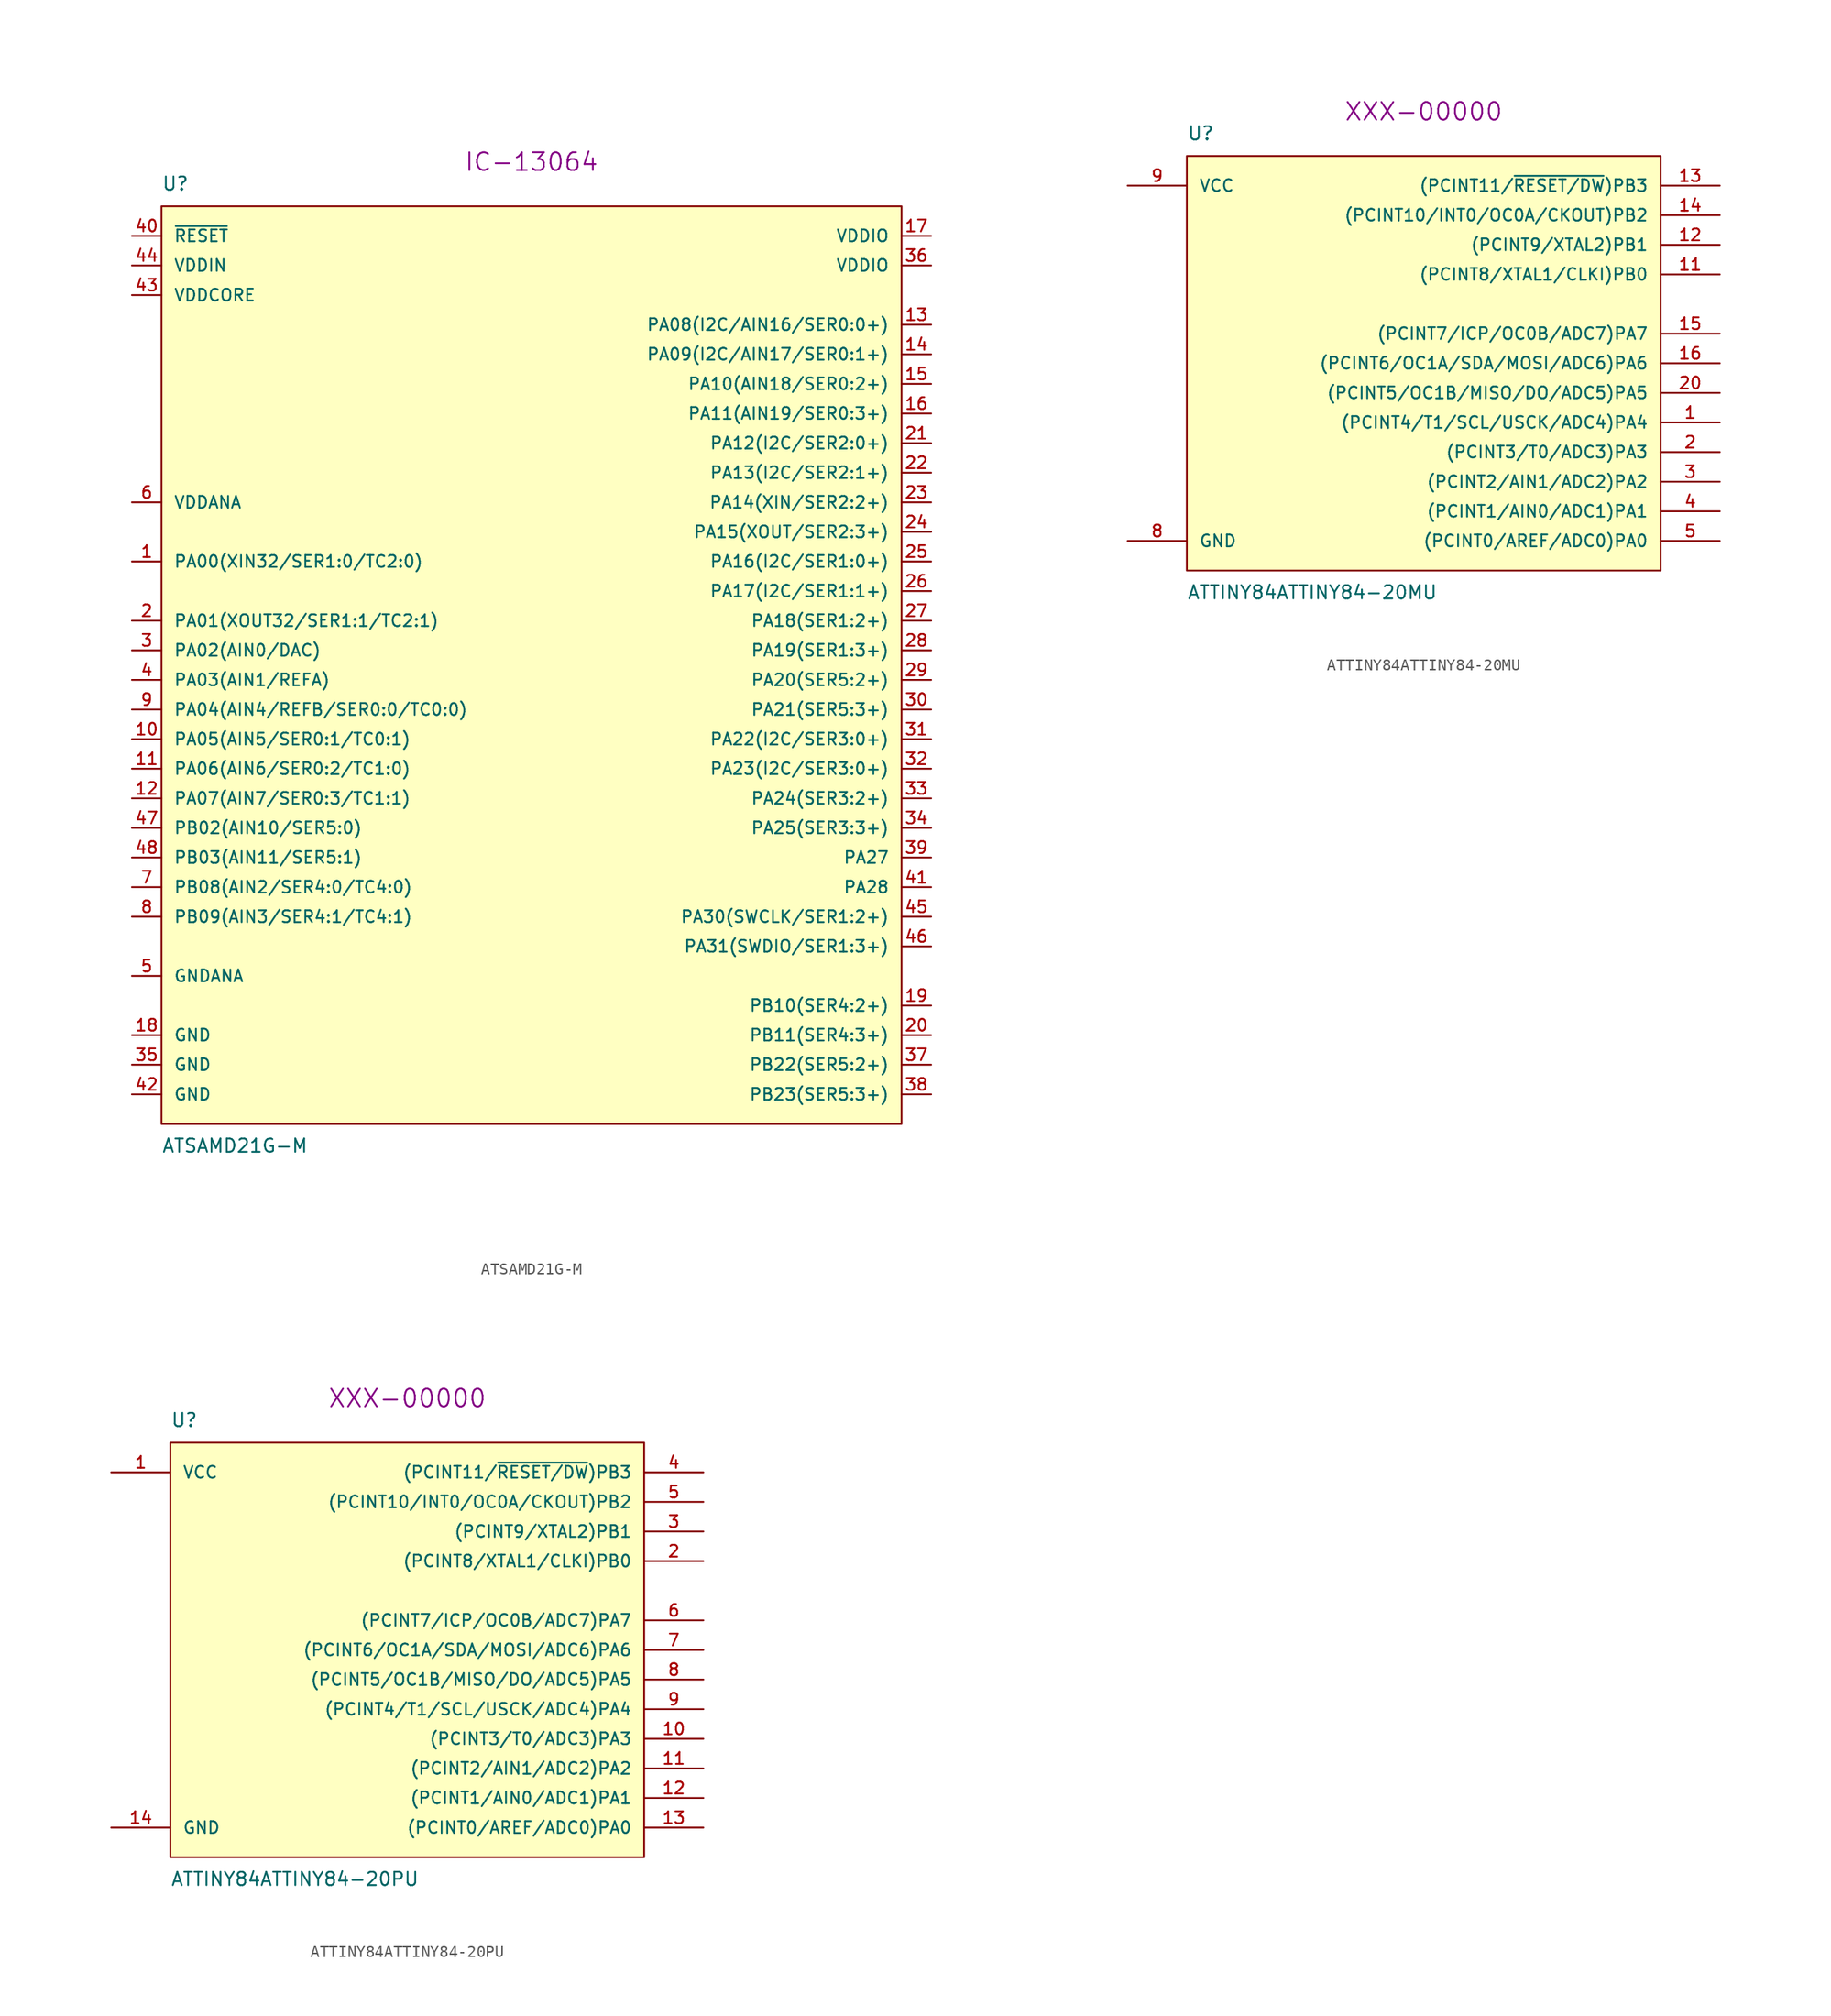
<source format=kicad_sym>
(kicad_symbol_lib
  (version 20220914)
  (generator kicad_symbol_editor)
  (symbol "ATSAMD21G-M"
    (pin_names
      (offset 1.016))
    (property "Reference" "U"
      (at -31.75 40.64 0)
      (effects (font (size 1.143 1.143)) (justify left bottom)))
    (property "Value" "ATSAMD21G-M"
      (at -31.75 -41.91 0)
      (effects (font (size 1.143 1.143)) (justify left bottom)))
    (property "Field4" "IC-13064"
      (at 0 43.18 0)
      (effects (font (size 1.524 1.524))))
    (property "ki_locked" ""
      (at 0 0 0)
      (effects (font (size 1.27 1.27))))
    (symbol "ATSAMD21G-M_1_1"
      (polyline (pts (xy -31.75 39.37) (xy -31.75 -39.37) (xy 31.75 -39.37) (xy 31.75 39.37) (xy -31.75 39.37)) (stroke (width 0) (type solid)) (fill (type background)))
      (pin bidirectional line (at -34.29 8.89 0) (length 2.54) (name "PA00(XIN32/SER1:0/TC2:0)" (effects (font (size 1.016 1.016)))) (number "1" (effects (font (size 1.016 1.016)))))
      (pin bidirectional line (at -34.29 -6.35 0) (length 2.54) (name "PA05(AIN5/SER0:1/TC0:1)" (effects (font (size 1.016 1.016)))) (number "10" (effects (font (size 1.016 1.016)))))
      (pin bidirectional line (at -34.29 -8.89 0) (length 2.54) (name "PA06(AIN6/SER0:2/TC1:0)" (effects (font (size 1.016 1.016)))) (number "11" (effects (font (size 1.016 1.016)))))
      (pin bidirectional line (at -34.29 -11.43 0) (length 2.54) (name "PA07(AIN7/SER0:3/TC1:1)" (effects (font (size 1.016 1.016)))) (number "12" (effects (font (size 1.016 1.016)))))
      (pin bidirectional line (at 34.29 29.21 180) (length 2.54) (name "PA08(I2C/AIN16/SER0:0+)" (effects (font (size 1.016 1.016)))) (number "13" (effects (font (size 1.016 1.016)))))
      (pin bidirectional line (at 34.29 26.67 180) (length 2.54) (name "PA09(I2C/AIN17/SER0:1+)" (effects (font (size 1.016 1.016)))) (number "14" (effects (font (size 1.016 1.016)))))
      (pin bidirectional line (at 34.29 24.13 180) (length 2.54) (name "PA10(AIN18/SER0:2+)" (effects (font (size 1.016 1.016)))) (number "15" (effects (font (size 1.016 1.016)))))
      (pin bidirectional line (at 34.29 21.59 180) (length 2.54) (name "PA11(AIN19/SER0:3+)" (effects (font (size 1.016 1.016)))) (number "16" (effects (font (size 1.016 1.016)))))
      (pin bidirectional line (at 34.29 36.83 180) (length 2.54) (name "VDDIO" (effects (font (size 1.016 1.016)))) (number "17" (effects (font (size 1.016 1.016)))))
      (pin bidirectional line (at -34.29 -31.75 0) (length 2.54) (name "GND" (effects (font (size 1.016 1.016)))) (number "18" (effects (font (size 1.016 1.016)))))
      (pin bidirectional line (at 34.29 -29.21 180) (length 2.54) (name "PB10(SER4:2+)" (effects (font (size 1.016 1.016)))) (number "19" (effects (font (size 1.016 1.016)))))
      (pin bidirectional line (at -34.29 3.81 0) (length 2.54) (name "PA01(XOUT32/SER1:1/TC2:1)" (effects (font (size 1.016 1.016)))) (number "2" (effects (font (size 1.016 1.016)))))
      (pin bidirectional line (at 34.29 -31.75 180) (length 2.54) (name "PB11(SER4:3+)" (effects (font (size 1.016 1.016)))) (number "20" (effects (font (size 1.016 1.016)))))
      (pin bidirectional line (at 34.29 19.05 180) (length 2.54) (name "PA12(I2C/SER2:0+)" (effects (font (size 1.016 1.016)))) (number "21" (effects (font (size 1.016 1.016)))))
      (pin bidirectional line (at 34.29 16.51 180) (length 2.54) (name "PA13(I2C/SER2:1+)" (effects (font (size 1.016 1.016)))) (number "22" (effects (font (size 1.016 1.016)))))
      (pin bidirectional line (at 34.29 13.97 180) (length 2.54) (name "PA14(XIN/SER2:2+)" (effects (font (size 1.016 1.016)))) (number "23" (effects (font (size 1.016 1.016)))))
      (pin bidirectional line (at 34.29 11.43 180) (length 2.54) (name "PA15(XOUT/SER2:3+)" (effects (font (size 1.016 1.016)))) (number "24" (effects (font (size 1.016 1.016)))))
      (pin bidirectional line (at 34.29 8.89 180) (length 2.54) (name "PA16(I2C/SER1:0+)" (effects (font (size 1.016 1.016)))) (number "25" (effects (font (size 1.016 1.016)))))
      (pin bidirectional line (at 34.29 6.35 180) (length 2.54) (name "PA17(I2C/SER1:1+)" (effects (font (size 1.016 1.016)))) (number "26" (effects (font (size 1.016 1.016)))))
      (pin bidirectional line (at 34.29 3.81 180) (length 2.54) (name "PA18(SER1:2+)" (effects (font (size 1.016 1.016)))) (number "27" (effects (font (size 1.016 1.016)))))
      (pin bidirectional line (at 34.29 1.27 180) (length 2.54) (name "PA19(SER1:3+)" (effects (font (size 1.016 1.016)))) (number "28" (effects (font (size 1.016 1.016)))))
      (pin bidirectional line (at 34.29 -1.27 180) (length 2.54) (name "PA20(SER5:2+)" (effects (font (size 1.016 1.016)))) (number "29" (effects (font (size 1.016 1.016)))))
      (pin bidirectional line (at -34.29 1.27 0) (length 2.54) (name "PA02(AIN0/DAC)" (effects (font (size 1.016 1.016)))) (number "3" (effects (font (size 1.016 1.016)))))
      (pin bidirectional line (at 34.29 -3.81 180) (length 2.54) (name "PA21(SER5:3+)" (effects (font (size 1.016 1.016)))) (number "30" (effects (font (size 1.016 1.016)))))
      (pin bidirectional line (at 34.29 -6.35 180) (length 2.54) (name "PA22(I2C/SER3:0+)" (effects (font (size 1.016 1.016)))) (number "31" (effects (font (size 1.016 1.016)))))
      (pin bidirectional line (at 34.29 -8.89 180) (length 2.54) (name "PA23(I2C/SER3:0+)" (effects (font (size 1.016 1.016)))) (number "32" (effects (font (size 1.016 1.016)))))
      (pin bidirectional line (at 34.29 -11.43 180) (length 2.54) (name "PA24(SER3:2+)" (effects (font (size 1.016 1.016)))) (number "33" (effects (font (size 1.016 1.016)))))
      (pin bidirectional line (at 34.29 -13.97 180) (length 2.54) (name "PA25(SER3:3+)" (effects (font (size 1.016 1.016)))) (number "34" (effects (font (size 1.016 1.016)))))
      (pin bidirectional line (at -34.29 -34.29 0) (length 2.54) (name "GND" (effects (font (size 1.016 1.016)))) (number "35" (effects (font (size 1.016 1.016)))))
      (pin bidirectional line (at 34.29 34.29 180) (length 2.54) (name "VDDIO" (effects (font (size 1.016 1.016)))) (number "36" (effects (font (size 1.016 1.016)))))
      (pin bidirectional line (at 34.29 -34.29 180) (length 2.54) (name "PB22(SER5:2+)" (effects (font (size 1.016 1.016)))) (number "37" (effects (font (size 1.016 1.016)))))
      (pin bidirectional line (at 34.29 -36.83 180) (length 2.54) (name "PB23(SER5:3+)" (effects (font (size 1.016 1.016)))) (number "38" (effects (font (size 1.016 1.016)))))
      (pin bidirectional line (at 34.29 -16.51 180) (length 2.54) (name "PA27" (effects (font (size 1.016 1.016)))) (number "39" (effects (font (size 1.016 1.016)))))
      (pin bidirectional line (at -34.29 -1.27 0) (length 2.54) (name "PA03(AIN1/REFA)" (effects (font (size 1.016 1.016)))) (number "4" (effects (font (size 1.016 1.016)))))
      (pin bidirectional line (at -34.29 36.83 0) (length 2.54) (name "~{RESET}" (effects (font (size 1.016 1.016)))) (number "40" (effects (font (size 1.016 1.016)))))
      (pin bidirectional line (at 34.29 -19.05 180) (length 2.54) (name "PA28" (effects (font (size 1.016 1.016)))) (number "41" (effects (font (size 1.016 1.016)))))
      (pin bidirectional line (at -34.29 -36.83 0) (length 2.54) (name "GND" (effects (font (size 1.016 1.016)))) (number "42" (effects (font (size 1.016 1.016)))))
      (pin bidirectional line (at -34.29 31.75 0) (length 2.54) (name "VDDCORE" (effects (font (size 1.016 1.016)))) (number "43" (effects (font (size 1.016 1.016)))))
      (pin bidirectional line (at -34.29 34.29 0) (length 2.54) (name "VDDIN" (effects (font (size 1.016 1.016)))) (number "44" (effects (font (size 1.016 1.016)))))
      (pin bidirectional line (at 34.29 -21.59 180) (length 2.54) (name "PA30(SWCLK/SER1:2+)" (effects (font (size 1.016 1.016)))) (number "45" (effects (font (size 1.016 1.016)))))
      (pin bidirectional line (at 34.29 -24.13 180) (length 2.54) (name "PA31(SWDIO/SER1:3+)" (effects (font (size 1.016 1.016)))) (number "46" (effects (font (size 1.016 1.016)))))
      (pin bidirectional line (at -34.29 -13.97 0) (length 2.54) (name "PB02(AIN10/SER5:0)" (effects (font (size 1.016 1.016)))) (number "47" (effects (font (size 1.016 1.016)))))
      (pin bidirectional line (at -34.29 -16.51 0) (length 2.54) (name "PB03(AIN11/SER5:1)" (effects (font (size 1.016 1.016)))) (number "48" (effects (font (size 1.016 1.016)))))
      (pin bidirectional line (at -34.29 -26.67 0) (length 2.54) (name "GNDANA" (effects (font (size 1.016 1.016)))) (number "5" (effects (font (size 1.016 1.016)))))
      (pin bidirectional line (at -34.29 13.97 0) (length 2.54) (name "VDDANA" (effects (font (size 1.016 1.016)))) (number "6" (effects (font (size 1.016 1.016)))))
      (pin bidirectional line (at -34.29 -19.05 0) (length 2.54) (name "PB08(AIN2/SER4:0/TC4:0)" (effects (font (size 1.016 1.016)))) (number "7" (effects (font (size 1.016 1.016)))))
      (pin bidirectional line (at -34.29 -21.59 0) (length 2.54) (name "PB09(AIN3/SER4:1/TC4:1)" (effects (font (size 1.016 1.016)))) (number "8" (effects (font (size 1.016 1.016)))))
      (pin bidirectional line (at -34.29 -3.81 0) (length 2.54) (name "PA04(AIN4/REFB/SER0:0/TC0:0)" (effects (font (size 1.016 1.016)))) (number "9" (effects (font (size 1.016 1.016)))))))
  (symbol "ATTINY84ATTINY84-20MU"
    (pin_names
      (offset 1.016))
    (property "Reference" "U"
      (at -20.32 19.05 0)
      (effects (font (size 1.143 1.143)) (justify left bottom)))
    (property "Value" "ATTINY84ATTINY84-20MU"
      (at -20.32 -20.32 0)
      (effects (font (size 1.143 1.143)) (justify left bottom)))
    (property "Field4" "XXX-00000"
      (at 0 21.59 0)
      (effects (font (size 1.524 1.524))))
    (property "ki_locked" ""
      (at 0 0 0)
      (effects (font (size 1.27 1.27))))
    (symbol "ATTINY84ATTINY84-20MU_1_1"
      (polyline (pts (xy -20.32 17.78) (xy 20.32 17.78) (xy 20.32 -17.78) (xy -20.32 -17.78) (xy -20.32 17.78)) (stroke (width 0) (type solid)) (fill (type background)))
      (pin bidirectional line (at 25.4 -5.08 180) (length 5.08) (name "(PCINT4/T1/SCL/USCK/ADC4)PA4" (effects (font (size 1.016 1.016)))) (number "1" (effects (font (size 1.016 1.016)))))
      (pin bidirectional line (at 25.4 7.62 180) (length 5.08) (name "(PCINT8/XTAL1/CLKI)PB0" (effects (font (size 1.016 1.016)))) (number "11" (effects (font (size 1.016 1.016)))))
      (pin bidirectional line (at 25.4 10.16 180) (length 5.08) (name "(PCINT9/XTAL2)PB1" (effects (font (size 1.016 1.016)))) (number "12" (effects (font (size 1.016 1.016)))))
      (pin bidirectional line (at 25.4 15.24 180) (length 5.08) (name "(PCINT11/~{RESET/DW})PB3" (effects (font (size 1.016 1.016)))) (number "13" (effects (font (size 1.016 1.016)))))
      (pin bidirectional line (at 25.4 12.7 180) (length 5.08) (name "(PCINT10/INT0/OC0A/CKOUT)PB2" (effects (font (size 1.016 1.016)))) (number "14" (effects (font (size 1.016 1.016)))))
      (pin bidirectional line (at 25.4 2.54 180) (length 5.08) (name "(PCINT7/ICP/OC0B/ADC7)PA7" (effects (font (size 1.016 1.016)))) (number "15" (effects (font (size 1.016 1.016)))))
      (pin bidirectional line (at 25.4 0 180) (length 5.08) (name "(PCINT6/OC1A/SDA/MOSI/ADC6)PA6" (effects (font (size 1.016 1.016)))) (number "16" (effects (font (size 1.016 1.016)))))
      (pin bidirectional line (at 25.4 -7.62 180) (length 5.08) (name "(PCINT3/T0/ADC3)PA3" (effects (font (size 1.016 1.016)))) (number "2" (effects (font (size 1.016 1.016)))))
      (pin bidirectional line (at 25.4 -2.54 180) (length 5.08) (name "(PCINT5/OC1B/MISO/DO/ADC5)PA5" (effects (font (size 1.016 1.016)))) (number "20" (effects (font (size 1.016 1.016)))))
      (pin bidirectional line (at 25.4 -10.16 180) (length 5.08) (name "(PCINT2/AIN1/ADC2)PA2" (effects (font (size 1.016 1.016)))) (number "3" (effects (font (size 1.016 1.016)))))
      (pin bidirectional line (at 25.4 -12.7 180) (length 5.08) (name "(PCINT1/AIN0/ADC1)PA1" (effects (font (size 1.016 1.016)))) (number "4" (effects (font (size 1.016 1.016)))))
      (pin bidirectional line (at 25.4 -15.24 180) (length 5.08) (name "(PCINT0/AREF/ADC0)PA0" (effects (font (size 1.016 1.016)))) (number "5" (effects (font (size 1.016 1.016)))))
      (pin bidirectional line (at -25.4 -15.24 0) (length 5.08) (name "GND" (effects (font (size 1.016 1.016)))) (number "8" (effects (font (size 1.016 1.016)))))
      (pin bidirectional line (at -25.4 15.24 0) (length 5.08) (name "VCC" (effects (font (size 1.016 1.016)))) (number "9" (effects (font (size 1.016 1.016)))))))
  (symbol "ATTINY84ATTINY84-20PU"
    (pin_names
      (offset 1.016))
    (property "Reference" "U"
      (at -20.32 19.05 0)
      (effects (font (size 1.143 1.143)) (justify left bottom)))
    (property "Value" "ATTINY84ATTINY84-20PU"
      (at -20.32 -20.32 0)
      (effects (font (size 1.143 1.143)) (justify left bottom)))
    (property "Field4" "XXX-00000"
      (at 0 21.59 0)
      (effects (font (size 1.524 1.524))))
    (property "ki_locked" ""
      (at 0 0 0)
      (effects (font (size 1.27 1.27))))
    (symbol "ATTINY84ATTINY84-20PU_1_1"
      (polyline (pts (xy -20.32 17.78) (xy 20.32 17.78) (xy 20.32 -17.78) (xy -20.32 -17.78) (xy -20.32 17.78)) (stroke (width 0) (type solid)) (fill (type background)))
      (pin bidirectional line (at -25.4 15.24 0) (length 5.08) (name "VCC" (effects (font (size 1.016 1.016)))) (number "1" (effects (font (size 1.016 1.016)))))
      (pin bidirectional line (at 25.4 -7.62 180) (length 5.08) (name "(PCINT3/T0/ADC3)PA3" (effects (font (size 1.016 1.016)))) (number "10" (effects (font (size 1.016 1.016)))))
      (pin bidirectional line (at 25.4 -10.16 180) (length 5.08) (name "(PCINT2/AIN1/ADC2)PA2" (effects (font (size 1.016 1.016)))) (number "11" (effects (font (size 1.016 1.016)))))
      (pin bidirectional line (at 25.4 -12.7 180) (length 5.08) (name "(PCINT1/AIN0/ADC1)PA1" (effects (font (size 1.016 1.016)))) (number "12" (effects (font (size 1.016 1.016)))))
      (pin bidirectional line (at 25.4 -15.24 180) (length 5.08) (name "(PCINT0/AREF/ADC0)PA0" (effects (font (size 1.016 1.016)))) (number "13" (effects (font (size 1.016 1.016)))))
      (pin bidirectional line (at -25.4 -15.24 0) (length 5.08) (name "GND" (effects (font (size 1.016 1.016)))) (number "14" (effects (font (size 1.016 1.016)))))
      (pin bidirectional line (at 25.4 7.62 180) (length 5.08) (name "(PCINT8/XTAL1/CLKI)PB0" (effects (font (size 1.016 1.016)))) (number "2" (effects (font (size 1.016 1.016)))))
      (pin bidirectional line (at 25.4 10.16 180) (length 5.08) (name "(PCINT9/XTAL2)PB1" (effects (font (size 1.016 1.016)))) (number "3" (effects (font (size 1.016 1.016)))))
      (pin bidirectional line (at 25.4 15.24 180) (length 5.08) (name "(PCINT11/~{RESET/DW})PB3" (effects (font (size 1.016 1.016)))) (number "4" (effects (font (size 1.016 1.016)))))
      (pin bidirectional line (at 25.4 12.7 180) (length 5.08) (name "(PCINT10/INT0/OC0A/CKOUT)PB2" (effects (font (size 1.016 1.016)))) (number "5" (effects (font (size 1.016 1.016)))))
      (pin bidirectional line (at 25.4 2.54 180) (length 5.08) (name "(PCINT7/ICP/OC0B/ADC7)PA7" (effects (font (size 1.016 1.016)))) (number "6" (effects (font (size 1.016 1.016)))))
      (pin bidirectional line (at 25.4 0 180) (length 5.08) (name "(PCINT6/OC1A/SDA/MOSI/ADC6)PA6" (effects (font (size 1.016 1.016)))) (number "7" (effects (font (size 1.016 1.016)))))
      (pin bidirectional line (at 25.4 -2.54 180) (length 5.08) (name "(PCINT5/OC1B/MISO/DO/ADC5)PA5" (effects (font (size 1.016 1.016)))) (number "8" (effects (font (size 1.016 1.016)))))
      (pin bidirectional line (at 25.4 -5.08 180) (length 5.08) (name "(PCINT4/T1/SCL/USCK/ADC4)PA4" (effects (font (size 1.016 1.016)))) (number "9" (effects (font (size 1.016 1.016))))))))
</source>
